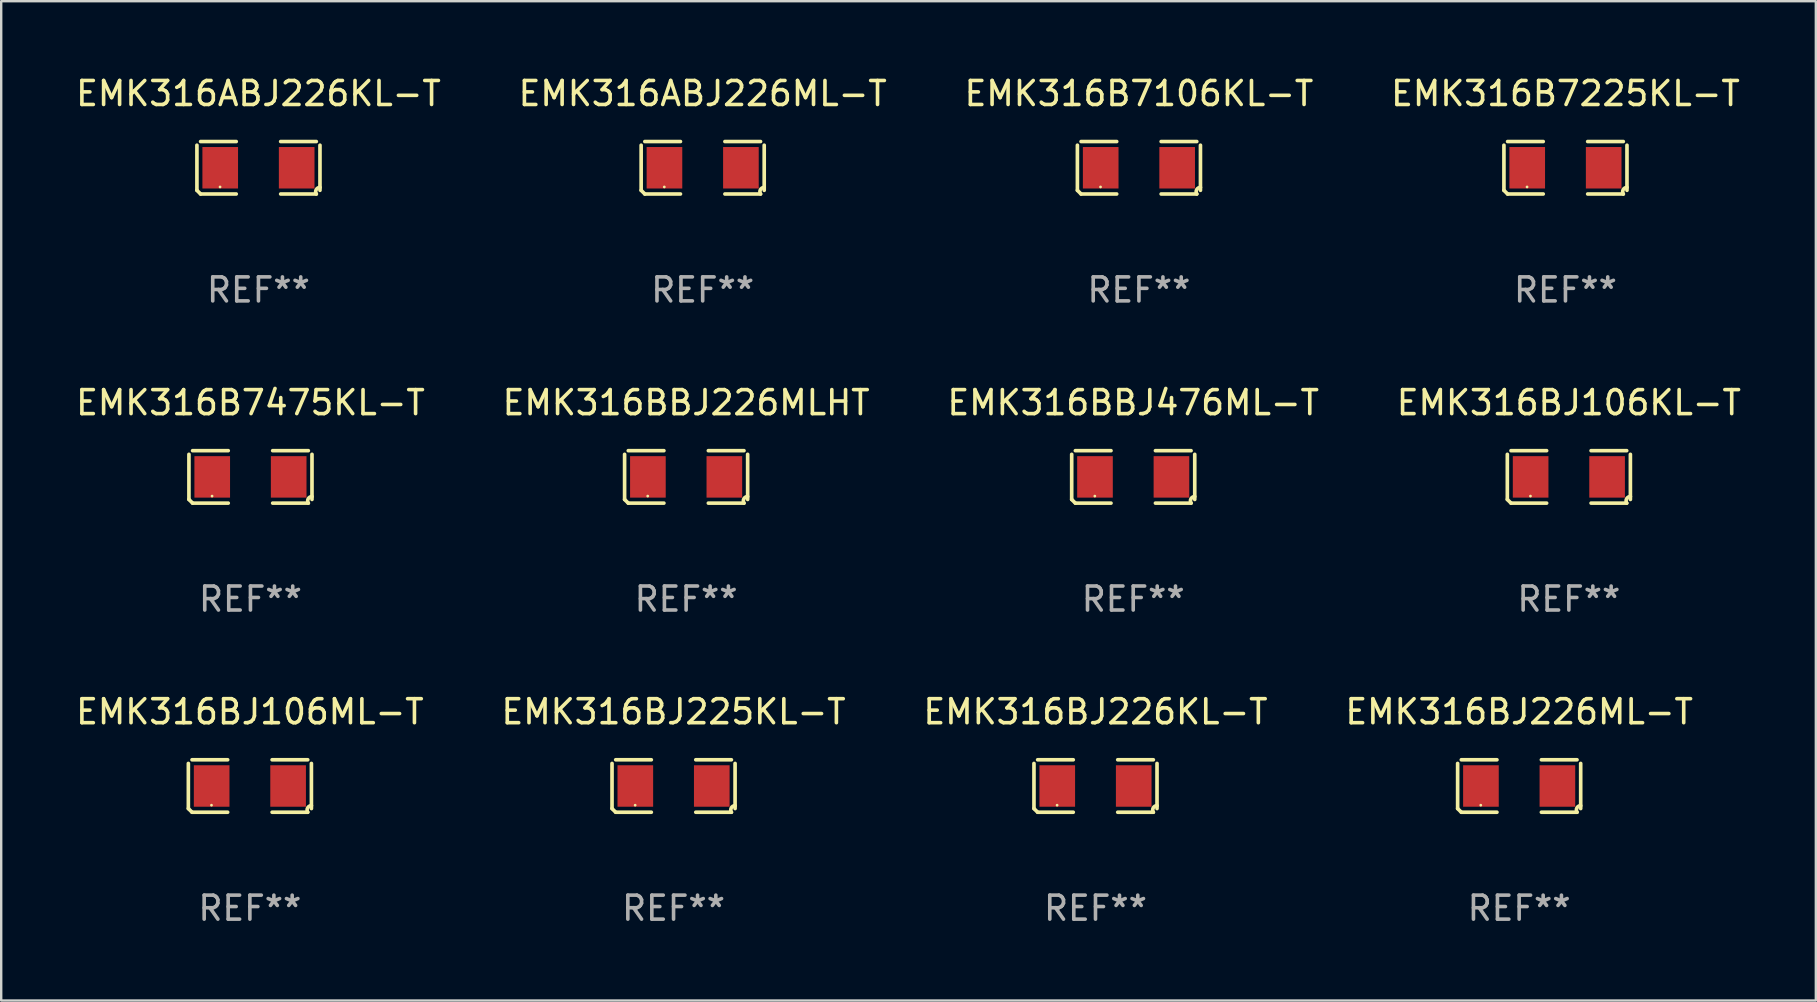
<source format=kicad_pcb>
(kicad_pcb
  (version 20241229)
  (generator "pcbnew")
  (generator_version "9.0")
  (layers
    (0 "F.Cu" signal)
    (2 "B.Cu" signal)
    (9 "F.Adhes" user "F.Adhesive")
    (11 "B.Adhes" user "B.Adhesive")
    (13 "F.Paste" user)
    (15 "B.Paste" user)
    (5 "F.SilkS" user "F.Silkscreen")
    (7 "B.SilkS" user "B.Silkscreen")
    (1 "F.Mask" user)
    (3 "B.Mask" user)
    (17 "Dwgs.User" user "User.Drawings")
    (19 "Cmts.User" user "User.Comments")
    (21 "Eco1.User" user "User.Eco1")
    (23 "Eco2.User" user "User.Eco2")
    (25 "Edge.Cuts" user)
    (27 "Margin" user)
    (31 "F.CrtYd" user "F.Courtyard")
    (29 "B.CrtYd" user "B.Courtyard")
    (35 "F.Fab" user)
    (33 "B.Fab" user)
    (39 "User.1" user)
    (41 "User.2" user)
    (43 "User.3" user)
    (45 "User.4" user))
  (footprint "EMK316BJ106ML-T"
    (layer "F.Cu")
    (at 7.363 29.704)
    (property "Reference" "EMK316BJ106ML-T" (at 0 -3.093 0) (layer "F.SilkS") (effects (font (size 1 1) (thickness 0.15))))
    (attr through_hole)
    (fp_line (start -2.564 0.94) (end -2.564 -0.94) (stroke (width 0.152) (type solid)) (layer "F.SilkS"))
    (fp_line (start -2.411 -1.093) (end -0.926 -1.093) (stroke (width 0.152) (type solid)) (layer "F.SilkS"))
    (fp_line (start -0.926 1.093) (end -2.411 1.093) (stroke (width 0.152) (type solid)) (layer "F.SilkS"))
    (fp_line (start 0.926 1.093) (end 2.411 1.093) (stroke (width 0.152) (type solid)) (layer "F.SilkS"))
    (fp_line (start 2.411 -1.093) (end 0.926 -1.093) (stroke (width 0.152) (type solid)) (layer "F.SilkS"))
    (fp_line (start 2.564 0.94) (end 2.564 -0.94) (stroke (width 0.152) (type solid)) (layer "F.SilkS"))
    (fp_arc (start -2.411201 1.092609) (mid -2.487413 1.01642) (end -2.563602 0.940208) (stroke (width 0.1524) (type solid)) (layer "F.SilkS"))
    (fp_arc (start 2.411201 1.092609) (mid 2.407159 0.911226) (end 2.563602 0.819347) (stroke (width 0.1524) (type solid)) (layer "F.SilkS"))
    (fp_circle (center -1.6 0.8) (end -1.57 0.8) (stroke (width 0.06) (type solid)) (fill no) (layer "F.SilkS"))
    (fp_text user "REF**" (at 0 5.093 0) (layer "F.Fab") (effects (font (size 1 1) (thickness 0.15))))
    (pad "1" smd rect (at -1.593 0) (size 1.485 1.728) (layers "F.Cu" "F.Mask" "F.Paste"))
    (pad "2" smd rect (at 1.593 0) (size 1.485 1.728) (layers "F.Cu" "F.Mask" "F.Paste")))
  (footprint "EMK316BJ226ML-T"
    (layer "F.Cu")
    (at 60.256 29.704)
    (property "Reference" "EMK316BJ226ML-T" (at 0 -3.093 0) (layer "F.SilkS") (effects (font (size 1 1) (thickness 0.15))))
    (attr through_hole)
    (fp_line (start -2.564 0.94) (end -2.564 -0.94) (stroke (width 0.152) (type solid)) (layer "F.SilkS"))
    (fp_line (start -2.411 -1.093) (end -0.926 -1.093) (stroke (width 0.152) (type solid)) (layer "F.SilkS"))
    (fp_line (start -0.926 1.093) (end -2.411 1.093) (stroke (width 0.152) (type solid)) (layer "F.SilkS"))
    (fp_line (start 0.926 1.093) (end 2.411 1.093) (stroke (width 0.152) (type solid)) (layer "F.SilkS"))
    (fp_line (start 2.411 -1.093) (end 0.926 -1.093) (stroke (width 0.152) (type solid)) (layer "F.SilkS"))
    (fp_line (start 2.564 0.94) (end 2.564 -0.94) (stroke (width 0.152) (type solid)) (layer "F.SilkS"))
    (fp_arc (start -2.411201 1.092609) (mid -2.487413 1.01642) (end -2.563602 0.940208) (stroke (width 0.1524) (type solid)) (layer "F.SilkS"))
    (fp_arc (start 2.411201 1.092609) (mid 2.407159 0.911226) (end 2.563602 0.819347) (stroke (width 0.1524) (type solid)) (layer "F.SilkS"))
    (fp_circle (center -1.6 0.8) (end -1.57 0.8) (stroke (width 0.06) (type solid)) (fill no) (layer "F.SilkS"))
    (fp_text user "REF**" (at 0 5.093 0) (layer "F.Fab") (effects (font (size 1 1) (thickness 0.15))))
    (pad "1" smd rect (at -1.593 0) (size 1.485 1.728) (layers "F.Cu" "F.Mask" "F.Paste"))
    (pad "2" smd rect (at 1.593 0) (size 1.485 1.728) (layers "F.Cu" "F.Mask" "F.Paste")))
  (footprint "EMK316ABJ226ML-T"
    (layer "F.Cu")
    (at 26.232 3.941)
    (property "Reference" "EMK316ABJ226ML-T" (at 0 -3.093 0) (layer "F.SilkS") (effects (font (size 1 1) (thickness 0.15))))
    (attr through_hole)
    (fp_line (start -2.564 0.94) (end -2.564 -0.94) (stroke (width 0.152) (type solid)) (layer "F.SilkS"))
    (fp_line (start -2.411 -1.093) (end -0.926 -1.093) (stroke (width 0.152) (type solid)) (layer "F.SilkS"))
    (fp_line (start -0.926 1.093) (end -2.411 1.093) (stroke (width 0.152) (type solid)) (layer "F.SilkS"))
    (fp_line (start 0.926 1.093) (end 2.411 1.093) (stroke (width 0.152) (type solid)) (layer "F.SilkS"))
    (fp_line (start 2.411 -1.093) (end 0.926 -1.093) (stroke (width 0.152) (type solid)) (layer "F.SilkS"))
    (fp_line (start 2.564 0.94) (end 2.564 -0.94) (stroke (width 0.152) (type solid)) (layer "F.SilkS"))
    (fp_arc (start -2.411201 1.092609) (mid -2.487413 1.01642) (end -2.563602 0.940208) (stroke (width 0.1524) (type solid)) (layer "F.SilkS"))
    (fp_arc (start 2.411201 1.092609) (mid 2.407159 0.911226) (end 2.563602 0.819347) (stroke (width 0.1524) (type solid)) (layer "F.SilkS"))
    (fp_circle (center -1.6 0.8) (end -1.57 0.8) (stroke (width 0.06) (type solid)) (fill no) (layer "F.SilkS"))
    (fp_text user "REF**" (at 0 5.093 0) (layer "F.Fab") (effects (font (size 1 1) (thickness 0.15))))
    (pad "1" smd rect (at -1.593 0) (size 1.485 1.728) (layers "F.Cu" "F.Mask" "F.Paste"))
    (pad "2" smd rect (at 1.593 0) (size 1.485 1.728) (layers "F.Cu" "F.Mask" "F.Paste")))
  (footprint "EMK316B7225KL-T"
    (layer "F.Cu")
    (at 62.185 3.941)
    (property "Reference" "EMK316B7225KL-T" (at 0 -3.093 0) (layer "F.SilkS") (effects (font (size 1 1) (thickness 0.15))))
    (attr through_hole)
    (fp_line (start -2.564 0.94) (end -2.564 -0.94) (stroke (width 0.152) (type solid)) (layer "F.SilkS"))
    (fp_line (start -2.411 -1.093) (end -0.926 -1.093) (stroke (width 0.152) (type solid)) (layer "F.SilkS"))
    (fp_line (start -0.926 1.093) (end -2.411 1.093) (stroke (width 0.152) (type solid)) (layer "F.SilkS"))
    (fp_line (start 0.926 1.093) (end 2.411 1.093) (stroke (width 0.152) (type solid)) (layer "F.SilkS"))
    (fp_line (start 2.411 -1.093) (end 0.926 -1.093) (stroke (width 0.152) (type solid)) (layer "F.SilkS"))
    (fp_line (start 2.564 0.94) (end 2.564 -0.94) (stroke (width 0.152) (type solid)) (layer "F.SilkS"))
    (fp_arc (start -2.411201 1.092609) (mid -2.487413 1.01642) (end -2.563602 0.940208) (stroke (width 0.1524) (type solid)) (layer "F.SilkS"))
    (fp_arc (start 2.411201 1.092609) (mid 2.407159 0.911226) (end 2.563602 0.819347) (stroke (width 0.1524) (type solid)) (layer "F.SilkS"))
    (fp_circle (center -1.6 0.8) (end -1.57 0.8) (stroke (width 0.06) (type solid)) (fill no) (layer "F.SilkS"))
    (fp_text user "REF**" (at 0 5.093 0) (layer "F.Fab") (effects (font (size 1 1) (thickness 0.15))))
    (pad "1" smd rect (at -1.593 0) (size 1.485 1.728) (layers "F.Cu" "F.Mask" "F.Paste"))
    (pad "2" smd rect (at 1.593 0) (size 1.485 1.728) (layers "F.Cu" "F.Mask" "F.Paste")))
  (footprint "EMK316B7475KL-T"
    (layer "F.Cu")
    (at 7.387 16.823)
    (property "Reference" "EMK316B7475KL-T" (at 0 -3.093 0) (layer "F.SilkS") (effects (font (size 1 1) (thickness 0.15))))
    (attr through_hole)
    (fp_line (start -2.564 0.94) (end -2.564 -0.94) (stroke (width 0.152) (type solid)) (layer "F.SilkS"))
    (fp_line (start -2.411 -1.093) (end -0.926 -1.093) (stroke (width 0.152) (type solid)) (layer "F.SilkS"))
    (fp_line (start -0.926 1.093) (end -2.411 1.093) (stroke (width 0.152) (type solid)) (layer "F.SilkS"))
    (fp_line (start 0.926 1.093) (end 2.411 1.093) (stroke (width 0.152) (type solid)) (layer "F.SilkS"))
    (fp_line (start 2.411 -1.093) (end 0.926 -1.093) (stroke (width 0.152) (type solid)) (layer "F.SilkS"))
    (fp_line (start 2.564 0.94) (end 2.564 -0.94) (stroke (width 0.152) (type solid)) (layer "F.SilkS"))
    (fp_arc (start -2.411201 1.092609) (mid -2.487413 1.01642) (end -2.563602 0.940208) (stroke (width 0.1524) (type solid)) (layer "F.SilkS"))
    (fp_arc (start 2.411201 1.092609) (mid 2.407159 0.911226) (end 2.563602 0.819347) (stroke (width 0.1524) (type solid)) (layer "F.SilkS"))
    (fp_circle (center -1.6 0.8) (end -1.57 0.8) (stroke (width 0.06) (type solid)) (fill no) (layer "F.SilkS"))
    (fp_text user "REF**" (at 0 5.093 0) (layer "F.Fab") (effects (font (size 1 1) (thickness 0.15))))
    (pad "1" smd rect (at -1.593 0) (size 1.485 1.728) (layers "F.Cu" "F.Mask" "F.Paste"))
    (pad "2" smd rect (at 1.593 0) (size 1.485 1.728) (layers "F.Cu" "F.Mask" "F.Paste")))
  (footprint "EMK316BJ226KL-T"
    (layer "F.Cu")
    (at 42.601 29.704)
    (property "Reference" "EMK316BJ226KL-T" (at 0 -3.093 0) (layer "F.SilkS") (effects (font (size 1 1) (thickness 0.15))))
    (attr through_hole)
    (fp_line (start -2.564 0.94) (end -2.564 -0.94) (stroke (width 0.152) (type solid)) (layer "F.SilkS"))
    (fp_line (start -2.411 -1.093) (end -0.926 -1.093) (stroke (width 0.152) (type solid)) (layer "F.SilkS"))
    (fp_line (start -0.926 1.093) (end -2.411 1.093) (stroke (width 0.152) (type solid)) (layer "F.SilkS"))
    (fp_line (start 0.926 1.093) (end 2.411 1.093) (stroke (width 0.152) (type solid)) (layer "F.SilkS"))
    (fp_line (start 2.411 -1.093) (end 0.926 -1.093) (stroke (width 0.152) (type solid)) (layer "F.SilkS"))
    (fp_line (start 2.564 0.94) (end 2.564 -0.94) (stroke (width 0.152) (type solid)) (layer "F.SilkS"))
    (fp_arc (start -2.411201 1.092609) (mid -2.487413 1.01642) (end -2.563602 0.940208) (stroke (width 0.1524) (type solid)) (layer "F.SilkS"))
    (fp_arc (start 2.411201 1.092609) (mid 2.407159 0.911226) (end 2.563602 0.819347) (stroke (width 0.1524) (type solid)) (layer "F.SilkS"))
    (fp_circle (center -1.6 0.8) (end -1.57 0.8) (stroke (width 0.06) (type solid)) (fill no) (layer "F.SilkS"))
    (fp_text user "REF**" (at 0 5.093 0) (layer "F.Fab") (effects (font (size 1 1) (thickness 0.15))))
    (pad "1" smd rect (at -1.593 0) (size 1.485 1.728) (layers "F.Cu" "F.Mask" "F.Paste"))
    (pad "2" smd rect (at 1.593 0) (size 1.485 1.728) (layers "F.Cu" "F.Mask" "F.Paste")))
  (footprint "EMK316B7106KL-T"
    (layer "F.Cu")
    (at 44.411 3.941)
    (property "Reference" "EMK316B7106KL-T" (at 0 -3.093 0) (layer "F.SilkS") (effects (font (size 1 1) (thickness 0.15))))
    (attr through_hole)
    (fp_line (start -2.564 0.94) (end -2.564 -0.94) (stroke (width 0.152) (type solid)) (layer "F.SilkS"))
    (fp_line (start -2.411 -1.093) (end -0.926 -1.093) (stroke (width 0.152) (type solid)) (layer "F.SilkS"))
    (fp_line (start -0.926 1.093) (end -2.411 1.093) (stroke (width 0.152) (type solid)) (layer "F.SilkS"))
    (fp_line (start 0.926 1.093) (end 2.411 1.093) (stroke (width 0.152) (type solid)) (layer "F.SilkS"))
    (fp_line (start 2.411 -1.093) (end 0.926 -1.093) (stroke (width 0.152) (type solid)) (layer "F.SilkS"))
    (fp_line (start 2.564 0.94) (end 2.564 -0.94) (stroke (width 0.152) (type solid)) (layer "F.SilkS"))
    (fp_arc (start -2.411201 1.092609) (mid -2.487413 1.01642) (end -2.563602 0.940208) (stroke (width 0.1524) (type solid)) (layer "F.SilkS"))
    (fp_arc (start 2.411201 1.092609) (mid 2.407159 0.911226) (end 2.563602 0.819347) (stroke (width 0.1524) (type solid)) (layer "F.SilkS"))
    (fp_circle (center -1.6 0.8) (end -1.57 0.8) (stroke (width 0.06) (type solid)) (fill no) (layer "F.SilkS"))
    (fp_text user "REF**" (at 0 5.093 0) (layer "F.Fab") (effects (font (size 1 1) (thickness 0.15))))
    (pad "1" smd rect (at -1.593 0) (size 1.485 1.728) (layers "F.Cu" "F.Mask" "F.Paste"))
    (pad "2" smd rect (at 1.593 0) (size 1.485 1.728) (layers "F.Cu" "F.Mask" "F.Paste")))
  (footprint "EMK316ABJ226KL-T"
    (layer "F.Cu")
    (at 7.72 3.941)
    (property "Reference" "EMK316ABJ226KL-T" (at 0 -3.093 0) (layer "F.SilkS") (effects (font (size 1 1) (thickness 0.15))))
    (attr through_hole)
    (fp_line (start -2.564 0.94) (end -2.564 -0.94) (stroke (width 0.152) (type solid)) (layer "F.SilkS"))
    (fp_line (start -2.411 -1.093) (end -0.926 -1.093) (stroke (width 0.152) (type solid)) (layer "F.SilkS"))
    (fp_line (start -0.926 1.093) (end -2.411 1.093) (stroke (width 0.152) (type solid)) (layer "F.SilkS"))
    (fp_line (start 0.926 1.093) (end 2.411 1.093) (stroke (width 0.152) (type solid)) (layer "F.SilkS"))
    (fp_line (start 2.411 -1.093) (end 0.926 -1.093) (stroke (width 0.152) (type solid)) (layer "F.SilkS"))
    (fp_line (start 2.564 0.94) (end 2.564 -0.94) (stroke (width 0.152) (type solid)) (layer "F.SilkS"))
    (fp_arc (start -2.411201 1.092609) (mid -2.487413 1.01642) (end -2.563602 0.940208) (stroke (width 0.1524) (type solid)) (layer "F.SilkS"))
    (fp_arc (start 2.411201 1.092609) (mid 2.407159 0.911226) (end 2.563602 0.819347) (stroke (width 0.1524) (type solid)) (layer "F.SilkS"))
    (fp_circle (center -1.6 0.8) (end -1.57 0.8) (stroke (width 0.06) (type solid)) (fill no) (layer "F.SilkS"))
    (fp_text user "REF**" (at 0 5.093 0) (layer "F.Fab") (effects (font (size 1 1) (thickness 0.15))))
    (pad "1" smd rect (at -1.593 0) (size 1.485 1.728) (layers "F.Cu" "F.Mask" "F.Paste"))
    (pad "2" smd rect (at 1.593 0) (size 1.485 1.728) (layers "F.Cu" "F.Mask" "F.Paste")))
  (footprint "EMK316BJ225KL-T"
    (layer "F.Cu")
    (at 25.018 29.704)
    (property "Reference" "EMK316BJ225KL-T" (at 0 -3.093 0) (layer "F.SilkS") (effects (font (size 1 1) (thickness 0.15))))
    (attr through_hole)
    (fp_line (start -2.564 0.94) (end -2.564 -0.94) (stroke (width 0.152) (type solid)) (layer "F.SilkS"))
    (fp_line (start -2.411 -1.093) (end -0.926 -1.093) (stroke (width 0.152) (type solid)) (layer "F.SilkS"))
    (fp_line (start -0.926 1.093) (end -2.411 1.093) (stroke (width 0.152) (type solid)) (layer "F.SilkS"))
    (fp_line (start 0.926 1.093) (end 2.411 1.093) (stroke (width 0.152) (type solid)) (layer "F.SilkS"))
    (fp_line (start 2.411 -1.093) (end 0.926 -1.093) (stroke (width 0.152) (type solid)) (layer "F.SilkS"))
    (fp_line (start 2.564 0.94) (end 2.564 -0.94) (stroke (width 0.152) (type solid)) (layer "F.SilkS"))
    (fp_arc (start -2.411201 1.092609) (mid -2.487413 1.01642) (end -2.563602 0.940208) (stroke (width 0.1524) (type solid)) (layer "F.SilkS"))
    (fp_arc (start 2.411201 1.092609) (mid 2.407159 0.911226) (end 2.563602 0.819347) (stroke (width 0.1524) (type solid)) (layer "F.SilkS"))
    (fp_circle (center -1.6 0.8) (end -1.57 0.8) (stroke (width 0.06) (type solid)) (fill no) (layer "F.SilkS"))
    (fp_text user "REF**" (at 0 5.093 0) (layer "F.Fab") (effects (font (size 1 1) (thickness 0.15))))
    (pad "1" smd rect (at -1.593 0) (size 1.485 1.728) (layers "F.Cu" "F.Mask" "F.Paste"))
    (pad "2" smd rect (at 1.593 0) (size 1.485 1.728) (layers "F.Cu" "F.Mask" "F.Paste")))
  (footprint "EMK316BJ106KL-T"
    (layer "F.Cu")
    (at 62.327 16.823)
    (property "Reference" "EMK316BJ106KL-T" (at 0 -3.093 0) (layer "F.SilkS") (effects (font (size 1 1) (thickness 0.15))))
    (attr through_hole)
    (fp_line (start -2.564 0.94) (end -2.564 -0.94) (stroke (width 0.152) (type solid)) (layer "F.SilkS"))
    (fp_line (start -2.411 -1.093) (end -0.926 -1.093) (stroke (width 0.152) (type solid)) (layer "F.SilkS"))
    (fp_line (start -0.926 1.093) (end -2.411 1.093) (stroke (width 0.152) (type solid)) (layer "F.SilkS"))
    (fp_line (start 0.926 1.093) (end 2.411 1.093) (stroke (width 0.152) (type solid)) (layer "F.SilkS"))
    (fp_line (start 2.411 -1.093) (end 0.926 -1.093) (stroke (width 0.152) (type solid)) (layer "F.SilkS"))
    (fp_line (start 2.564 0.94) (end 2.564 -0.94) (stroke (width 0.152) (type solid)) (layer "F.SilkS"))
    (fp_arc (start -2.411201 1.092609) (mid -2.487413 1.01642) (end -2.563602 0.940208) (stroke (width 0.1524) (type solid)) (layer "F.SilkS"))
    (fp_arc (start 2.411201 1.092609) (mid 2.407159 0.911226) (end 2.563602 0.819347) (stroke (width 0.1524) (type solid)) (layer "F.SilkS"))
    (fp_circle (center -1.6 0.8) (end -1.57 0.8) (stroke (width 0.06) (type solid)) (fill no) (layer "F.SilkS"))
    (fp_text user "REF**" (at 0 5.093 0) (layer "F.Fab") (effects (font (size 1 1) (thickness 0.15))))
    (pad "1" smd rect (at -1.593 0) (size 1.485 1.728) (layers "F.Cu" "F.Mask" "F.Paste"))
    (pad "2" smd rect (at 1.593 0) (size 1.485 1.728) (layers "F.Cu" "F.Mask" "F.Paste")))
  (footprint "EMK316BBJ226MLHT"
    (layer "F.Cu")
    (at 25.542 16.823)
    (property "Reference" "EMK316BBJ226MLHT" (at 0 -3.093 0) (layer "F.SilkS") (effects (font (size 1 1) (thickness 0.15))))
    (attr through_hole)
    (fp_line (start -2.564 0.94) (end -2.564 -0.94) (stroke (width 0.152) (type solid)) (layer "F.SilkS"))
    (fp_line (start -2.411 -1.093) (end -0.926 -1.093) (stroke (width 0.152) (type solid)) (layer "F.SilkS"))
    (fp_line (start -0.926 1.093) (end -2.411 1.093) (stroke (width 0.152) (type solid)) (layer "F.SilkS"))
    (fp_line (start 0.926 1.093) (end 2.411 1.093) (stroke (width 0.152) (type solid)) (layer "F.SilkS"))
    (fp_line (start 2.411 -1.093) (end 0.926 -1.093) (stroke (width 0.152) (type solid)) (layer "F.SilkS"))
    (fp_line (start 2.564 0.94) (end 2.564 -0.94) (stroke (width 0.152) (type solid)) (layer "F.SilkS"))
    (fp_arc (start -2.411201 1.092609) (mid -2.487413 1.01642) (end -2.563602 0.940208) (stroke (width 0.1524) (type solid)) (layer "F.SilkS"))
    (fp_arc (start 2.411201 1.092609) (mid 2.407159 0.911226) (end 2.563602 0.819347) (stroke (width 0.1524) (type solid)) (layer "F.SilkS"))
    (fp_circle (center -1.6 0.8) (end -1.57 0.8) (stroke (width 0.06) (type solid)) (fill no) (layer "F.SilkS"))
    (fp_text user "REF**" (at 0 5.093 0) (layer "F.Fab") (effects (font (size 1 1) (thickness 0.15))))
    (pad "1" smd rect (at -1.593 0) (size 1.485 1.728) (layers "F.Cu" "F.Mask" "F.Paste"))
    (pad "2" smd rect (at 1.593 0) (size 1.485 1.728) (layers "F.Cu" "F.Mask" "F.Paste")))
  (footprint "EMK316BBJ476ML-T"
    (layer "F.Cu")
    (at 44.173 16.823)
    (property "Reference" "EMK316BBJ476ML-T" (at 0 -3.093 0) (layer "F.SilkS") (effects (font (size 1 1) (thickness 0.15))))
    (attr through_hole)
    (fp_line (start -2.564 0.94) (end -2.564 -0.94) (stroke (width 0.152) (type solid)) (layer "F.SilkS"))
    (fp_line (start -2.411 -1.093) (end -0.926 -1.093) (stroke (width 0.152) (type solid)) (layer "F.SilkS"))
    (fp_line (start -0.926 1.093) (end -2.411 1.093) (stroke (width 0.152) (type solid)) (layer "F.SilkS"))
    (fp_line (start 0.926 1.093) (end 2.411 1.093) (stroke (width 0.152) (type solid)) (layer "F.SilkS"))
    (fp_line (start 2.411 -1.093) (end 0.926 -1.093) (stroke (width 0.152) (type solid)) (layer "F.SilkS"))
    (fp_line (start 2.564 0.94) (end 2.564 -0.94) (stroke (width 0.152) (type solid)) (layer "F.SilkS"))
    (fp_arc (start -2.411201 1.092609) (mid -2.487413 1.01642) (end -2.563602 0.940208) (stroke (width 0.1524) (type solid)) (layer "F.SilkS"))
    (fp_arc (start 2.411201 1.092609) (mid 2.407159 0.911226) (end 2.563602 0.819347) (stroke (width 0.1524) (type solid)) (layer "F.SilkS"))
    (fp_circle (center -1.6 0.8) (end -1.57 0.8) (stroke (width 0.06) (type solid)) (fill no) (layer "F.SilkS"))
    (fp_text user "REF**" (at 0 5.093 0) (layer "F.Fab") (effects (font (size 1 1) (thickness 0.15))))
    (pad "1" smd rect (at -1.593 0) (size 1.485 1.728) (layers "F.Cu" "F.Mask" "F.Paste"))
    (pad "2" smd rect (at 1.593 0) (size 1.485 1.728) (layers "F.Cu" "F.Mask" "F.Paste")))
  (gr_rect
    (start -3 -3)
    (end 72.619 38.645)
    (stroke (width 0.1) (type default))
    (fill no)
    (layer "Edge.Cuts")))
</source>
